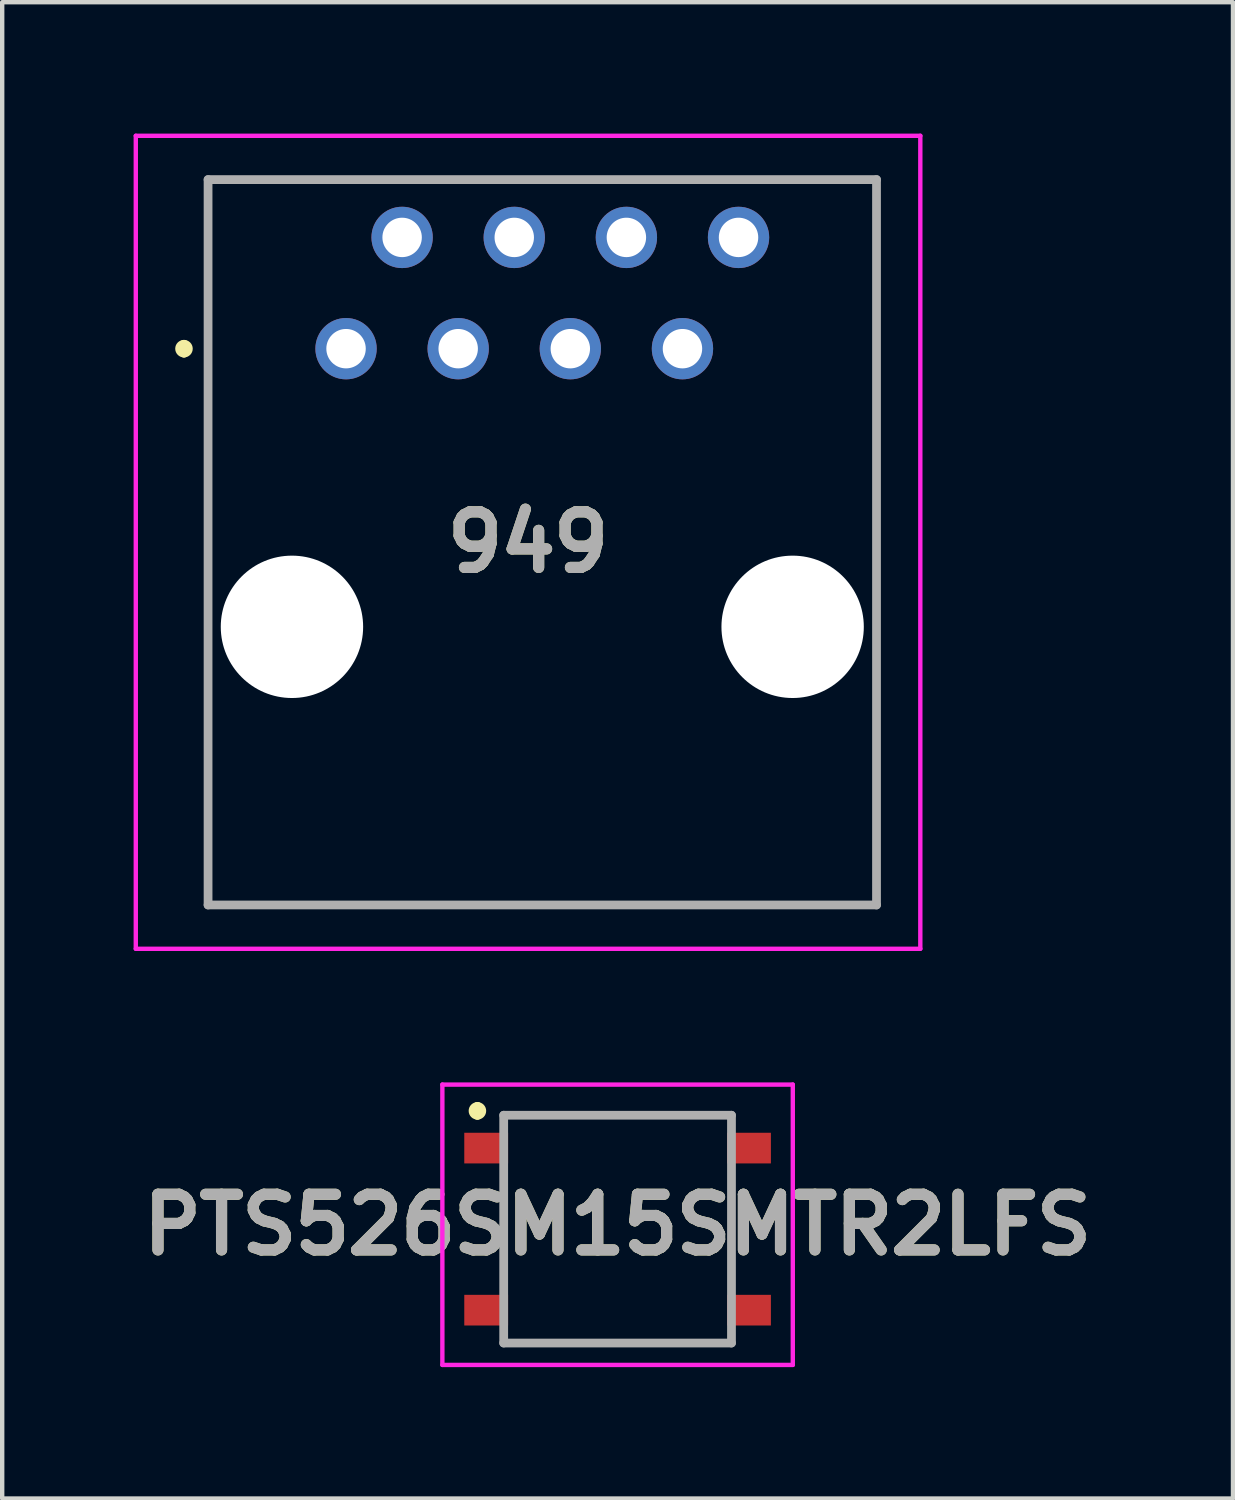
<source format=kicad_pcb>
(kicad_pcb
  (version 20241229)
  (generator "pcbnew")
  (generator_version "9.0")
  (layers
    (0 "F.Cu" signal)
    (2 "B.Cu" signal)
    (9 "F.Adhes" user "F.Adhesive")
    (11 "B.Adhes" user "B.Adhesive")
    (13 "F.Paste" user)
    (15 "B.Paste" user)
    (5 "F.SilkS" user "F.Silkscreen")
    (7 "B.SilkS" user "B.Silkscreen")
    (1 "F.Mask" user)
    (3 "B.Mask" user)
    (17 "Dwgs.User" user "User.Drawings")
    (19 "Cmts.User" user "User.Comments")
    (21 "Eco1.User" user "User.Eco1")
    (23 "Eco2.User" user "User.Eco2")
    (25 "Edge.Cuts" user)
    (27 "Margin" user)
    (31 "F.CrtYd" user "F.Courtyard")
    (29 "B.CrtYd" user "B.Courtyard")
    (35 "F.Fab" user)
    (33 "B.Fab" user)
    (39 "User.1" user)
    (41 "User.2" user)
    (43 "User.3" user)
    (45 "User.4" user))
  (footprint "PTS526SM15SMTR2LFS"
    (layer "F.Cu")
    (at 11.049 25.01)
    (property "Reference" "PTS526SM15SMTR2LFS" (at 0 -0.1 0) (layer "F.SilkS") (effects (font (size 1.27 1.27) (thickness 0.254))))
    (attr smd)
    (fp_line (start -3.2 -2.8) (end -3.2 -2.8) (stroke (width 0.2) (type solid)) (layer "F.SilkS"))
    (fp_line (start -3.2 -2.6) (end -3.2 -2.6) (stroke (width 0.2) (type solid)) (layer "F.SilkS"))
    (fp_line (start -2.6 -0.5) (end -2.6 0.5) (stroke (width 0.1) (type solid)) (layer "F.SilkS"))
    (fp_line (start -1.5 -2.6) (end 1.5 -2.6) (stroke (width 0.1) (type solid)) (layer "F.SilkS"))
    (fp_line (start -1.5 2.6) (end 1.5 2.6) (stroke (width 0.1) (type solid)) (layer "F.SilkS"))
    (fp_line (start 2.6 -0.5) (end 2.6 0.5) (stroke (width 0.1) (type solid)) (layer "F.SilkS"))
    (fp_arc (start -3.2 -2.8) (mid -3.1 -2.7) (end -3.2 -2.6) (stroke (width 0.2) (type solid)) (layer "F.SilkS"))
    (fp_arc (start -3.2 -2.6) (mid -3.3 -2.7) (end -3.2 -2.8) (stroke (width 0.2) (type solid)) (layer "F.SilkS"))
    (fp_line (start -4 -3.3) (end 4 -3.3) (stroke (width 0.1) (type solid)) (layer "F.CrtYd"))
    (fp_line (start -4 3.1) (end -4 -3.3) (stroke (width 0.1) (type solid)) (layer "F.CrtYd"))
    (fp_line (start 4 -3.3) (end 4 3.1) (stroke (width 0.1) (type solid)) (layer "F.CrtYd"))
    (fp_line (start 4 3.1) (end -4 3.1) (stroke (width 0.1) (type solid)) (layer "F.CrtYd"))
    (fp_line (start -2.6 -2.6) (end 2.6 -2.6) (stroke (width 0.2) (type solid)) (layer "F.Fab"))
    (fp_line (start -2.6 2.6) (end -2.6 -2.6) (stroke (width 0.2) (type solid)) (layer "F.Fab"))
    (fp_line (start 2.6 -2.6) (end 2.6 2.6) (stroke (width 0.2) (type solid)) (layer "F.Fab"))
    (fp_line (start 2.6 2.6) (end -2.6 2.6) (stroke (width 0.2) (type solid)) (layer "F.Fab"))
    (fp_text user "${REFERENCE}" (at 0 -0.1 0) (layer "F.Fab") (effects (font (size 1.27 1.27) (thickness 0.254))))
    (pad "1" smd rect (at -3 -1.85 90) (size 0.7 1) (layers "F.Cu" "F.Mask" "F.Paste"))
    (pad "2" smd rect (at 3 -1.85 90) (size 0.7 1) (layers "F.Cu" "F.Mask" "F.Paste"))
    (pad "3" smd rect (at -3 1.85 90) (size 0.7 1) (layers "F.Cu" "F.Mask" "F.Paste"))
    (pad "4" smd rect (at 3 1.85 90) (size 0.7 1) (layers "F.Cu" "F.Mask" "F.Paste")))
  (footprint "949"
    (layer "F.Cu")
    (at 4.85 4.91)
    (property "Reference" "949" (at 4.155 4.42 0) (layer "F.SilkS") (effects (font (size 1.27 1.27) (thickness 0.254))))
    (attr through_hole)
    (fp_line (start -3.7 -0.1) (end -3.7 -0.1) (stroke (width 0.2) (type solid)) (layer "F.SilkS"))
    (fp_line (start -3.7 0.1) (end -3.7 0.1) (stroke (width 0.2) (type solid)) (layer "F.SilkS"))
    (fp_line (start -3.15 -3.86) (end 12.11 -3.86) (stroke (width 0.1) (type solid)) (layer "F.SilkS"))
    (fp_line (start -3.15 12.7) (end -3.15 -3.86) (stroke (width 0.1) (type solid)) (layer "F.SilkS"))
    (fp_line (start 12.11 -3.86) (end 12.11 12.7) (stroke (width 0.1) (type solid)) (layer "F.SilkS"))
    (fp_line (start 12.11 12.7) (end -3.15 12.7) (stroke (width 0.1) (type solid)) (layer "F.SilkS"))
    (fp_arc (start -3.7 -0.1) (mid -3.6 0) (end -3.7 0.1) (stroke (width 0.2) (type solid)) (layer "F.SilkS"))
    (fp_arc (start -3.7 0.1) (mid -3.8 0) (end -3.7 -0.1) (stroke (width 0.2) (type solid)) (layer "F.SilkS"))
    (fp_line (start -4.8 -4.86) (end 13.11 -4.86) (stroke (width 0.1) (type solid)) (layer "F.CrtYd"))
    (fp_line (start -4.8 13.7) (end -4.8 -4.86) (stroke (width 0.1) (type solid)) (layer "F.CrtYd"))
    (fp_line (start 13.11 -4.86) (end 13.11 13.7) (stroke (width 0.1) (type solid)) (layer "F.CrtYd"))
    (fp_line (start 13.11 13.7) (end -4.8 13.7) (stroke (width 0.1) (type solid)) (layer "F.CrtYd"))
    (fp_line (start -3.15 -3.86) (end 12.11 -3.86) (stroke (width 0.2) (type solid)) (layer "F.Fab"))
    (fp_line (start -3.15 12.7) (end -3.15 -3.86) (stroke (width 0.2) (type solid)) (layer "F.Fab"))
    (fp_line (start 12.11 -3.86) (end 12.11 12.7) (stroke (width 0.2) (type solid)) (layer "F.Fab"))
    (fp_line (start 12.11 12.7) (end -3.15 12.7) (stroke (width 0.2) (type solid)) (layer "F.Fab"))
    (fp_text user "${REFERENCE}" (at 4.155 4.42 0) (layer "F.Fab") (effects (font (size 1.27 1.27) (thickness 0.254))))
    (pad "" np_thru_hole circle (at -1.235 6.35) (size 3.25 3.25) (drill 3.25) (layers "*.Cu" "*.Mask"))
    (pad "" np_thru_hole circle (at 10.195 6.35) (size 3.25 3.25) (drill 3.25) (layers "*.Cu" "*.Mask"))
    (pad "1" thru_hole circle (at 0 0) (size 1.4 1.4) (drill 0.9) (layers "*.Cu" "*.Mask"))
    (pad "2" thru_hole circle (at 1.28 -2.54) (size 1.4 1.4) (drill 0.9) (layers "*.Cu" "*.Mask"))
    (pad "3" thru_hole circle (at 2.56 0) (size 1.4 1.4) (drill 0.9) (layers "*.Cu" "*.Mask"))
    (pad "4" thru_hole circle (at 3.84 -2.54) (size 1.4 1.4) (drill 0.9) (layers "*.Cu" "*.Mask"))
    (pad "5" thru_hole circle (at 5.12 0) (size 1.4 1.4) (drill 0.9) (layers "*.Cu" "*.Mask"))
    (pad "6" thru_hole circle (at 6.4 -2.54) (size 1.4 1.4) (drill 0.9) (layers "*.Cu" "*.Mask"))
    (pad "7" thru_hole circle (at 7.68 0) (size 1.4 1.4) (drill 0.9) (layers "*.Cu" "*.Mask"))
    (pad "8" thru_hole circle (at 8.96 -2.54) (size 1.4 1.4) (drill 0.9) (layers "*.Cu" "*.Mask")))
  (gr_rect
    (start -3 -3)
    (end 25.098 31.16)
    (stroke (width 0.1) (type default))
    (fill no)
    (layer "Edge.Cuts")))
</source>
